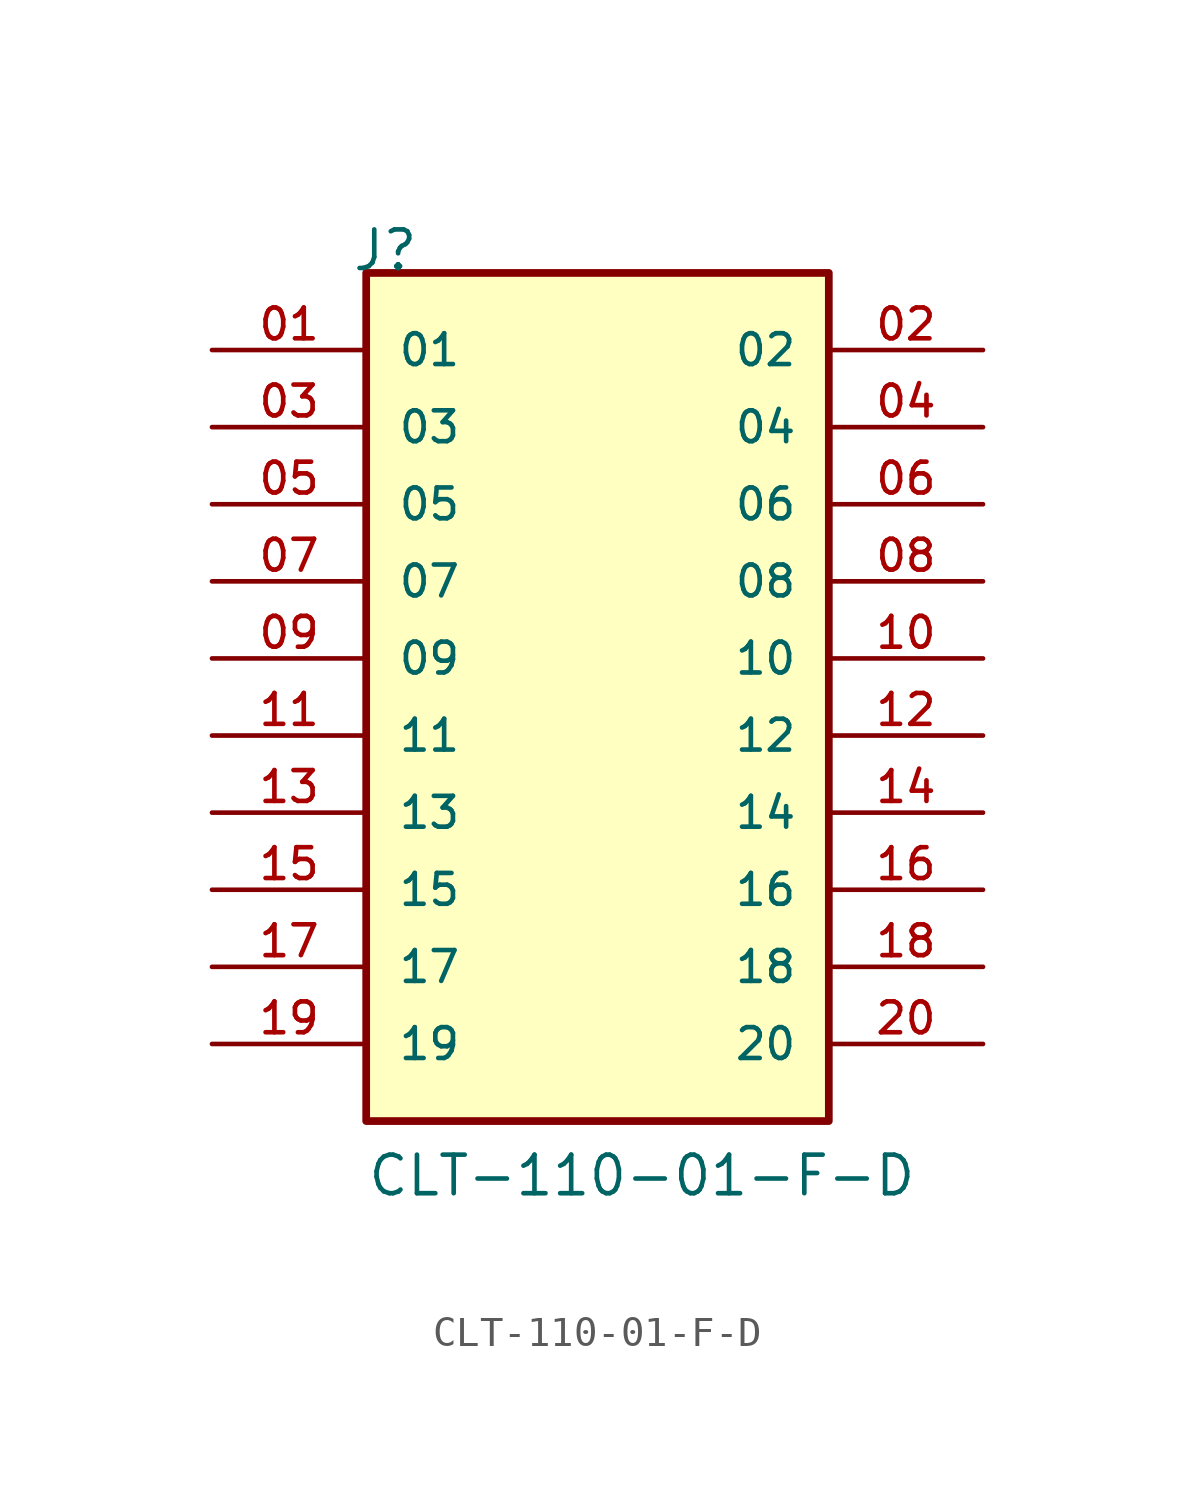
<source format=kicad_sym>
(kicad_symbol_lib
  (version 20211014)
  (generator kicad_symbol_editor)
  (symbol "CLT-110-01-F-D"
    (pin_names
      (offset 1.016))
    (property "Reference" "J"
      (at -8.12 15.24 0)
      (effects (font (size 1.27 1.27)) (justify bottom left)))
    (property "Value" "CLT-110-01-F-D"
      (at -7.62 -15.24 0)
      (effects (font (size 1.27 1.27)) (justify bottom left)))
    (symbol "CLT-110-01-F-D_0_0"
      (rectangle (start -7.62 -12.7) (end 7.62 15.24) (stroke (width 0.254)) (fill (type background)))
      (pin passive line (at -12.7 12.7 0) (length 5.08) (name "01" (effects (font (size 1.016 1.016)))) (number "01" (effects (font (size 1.016 1.016)))))
      (pin passive line (at 12.7 12.7 180.0) (length 5.08) (name "02" (effects (font (size 1.016 1.016)))) (number "02" (effects (font (size 1.016 1.016)))))
      (pin passive line (at -12.7 10.16 0) (length 5.08) (name "03" (effects (font (size 1.016 1.016)))) (number "03" (effects (font (size 1.016 1.016)))))
      (pin passive line (at 12.7 10.16 180.0) (length 5.08) (name "04" (effects (font (size 1.016 1.016)))) (number "04" (effects (font (size 1.016 1.016)))))
      (pin passive line (at -12.7 7.62 0) (length 5.08) (name "05" (effects (font (size 1.016 1.016)))) (number "05" (effects (font (size 1.016 1.016)))))
      (pin passive line (at 12.7 7.62 180.0) (length 5.08) (name "06" (effects (font (size 1.016 1.016)))) (number "06" (effects (font (size 1.016 1.016)))))
      (pin passive line (at -12.7 5.08 0) (length 5.08) (name "07" (effects (font (size 1.016 1.016)))) (number "07" (effects (font (size 1.016 1.016)))))
      (pin passive line (at 12.7 5.08 180.0) (length 5.08) (name "08" (effects (font (size 1.016 1.016)))) (number "08" (effects (font (size 1.016 1.016)))))
      (pin passive line (at -12.7 2.54 0) (length 5.08) (name "09" (effects (font (size 1.016 1.016)))) (number "09" (effects (font (size 1.016 1.016)))))
      (pin passive line (at 12.7 2.54 180.0) (length 5.08) (name "10" (effects (font (size 1.016 1.016)))) (number "10" (effects (font (size 1.016 1.016)))))
      (pin passive line (at -12.7 0.0 0) (length 5.08) (name "11" (effects (font (size 1.016 1.016)))) (number "11" (effects (font (size 1.016 1.016)))))
      (pin passive line (at 12.7 0.0 180.0) (length 5.08) (name "12" (effects (font (size 1.016 1.016)))) (number "12" (effects (font (size 1.016 1.016)))))
      (pin passive line (at -12.7 -2.54 0) (length 5.08) (name "13" (effects (font (size 1.016 1.016)))) (number "13" (effects (font (size 1.016 1.016)))))
      (pin passive line (at 12.7 -2.54 180.0) (length 5.08) (name "14" (effects (font (size 1.016 1.016)))) (number "14" (effects (font (size 1.016 1.016)))))
      (pin passive line (at -12.7 -5.08 0) (length 5.08) (name "15" (effects (font (size 1.016 1.016)))) (number "15" (effects (font (size 1.016 1.016)))))
      (pin passive line (at 12.7 -5.08 180.0) (length 5.08) (name "16" (effects (font (size 1.016 1.016)))) (number "16" (effects (font (size 1.016 1.016)))))
      (pin passive line (at -12.7 -7.62 0) (length 5.08) (name "17" (effects (font (size 1.016 1.016)))) (number "17" (effects (font (size 1.016 1.016)))))
      (pin passive line (at 12.7 -7.62 180.0) (length 5.08) (name "18" (effects (font (size 1.016 1.016)))) (number "18" (effects (font (size 1.016 1.016)))))
      (pin passive line (at -12.7 -10.16 0) (length 5.08) (name "19" (effects (font (size 1.016 1.016)))) (number "19" (effects (font (size 1.016 1.016)))))
      (pin passive line (at 12.7 -10.16 180.0) (length 5.08) (name "20" (effects (font (size 1.016 1.016)))) (number "20" (effects (font (size 1.016 1.016))))))))
</source>
